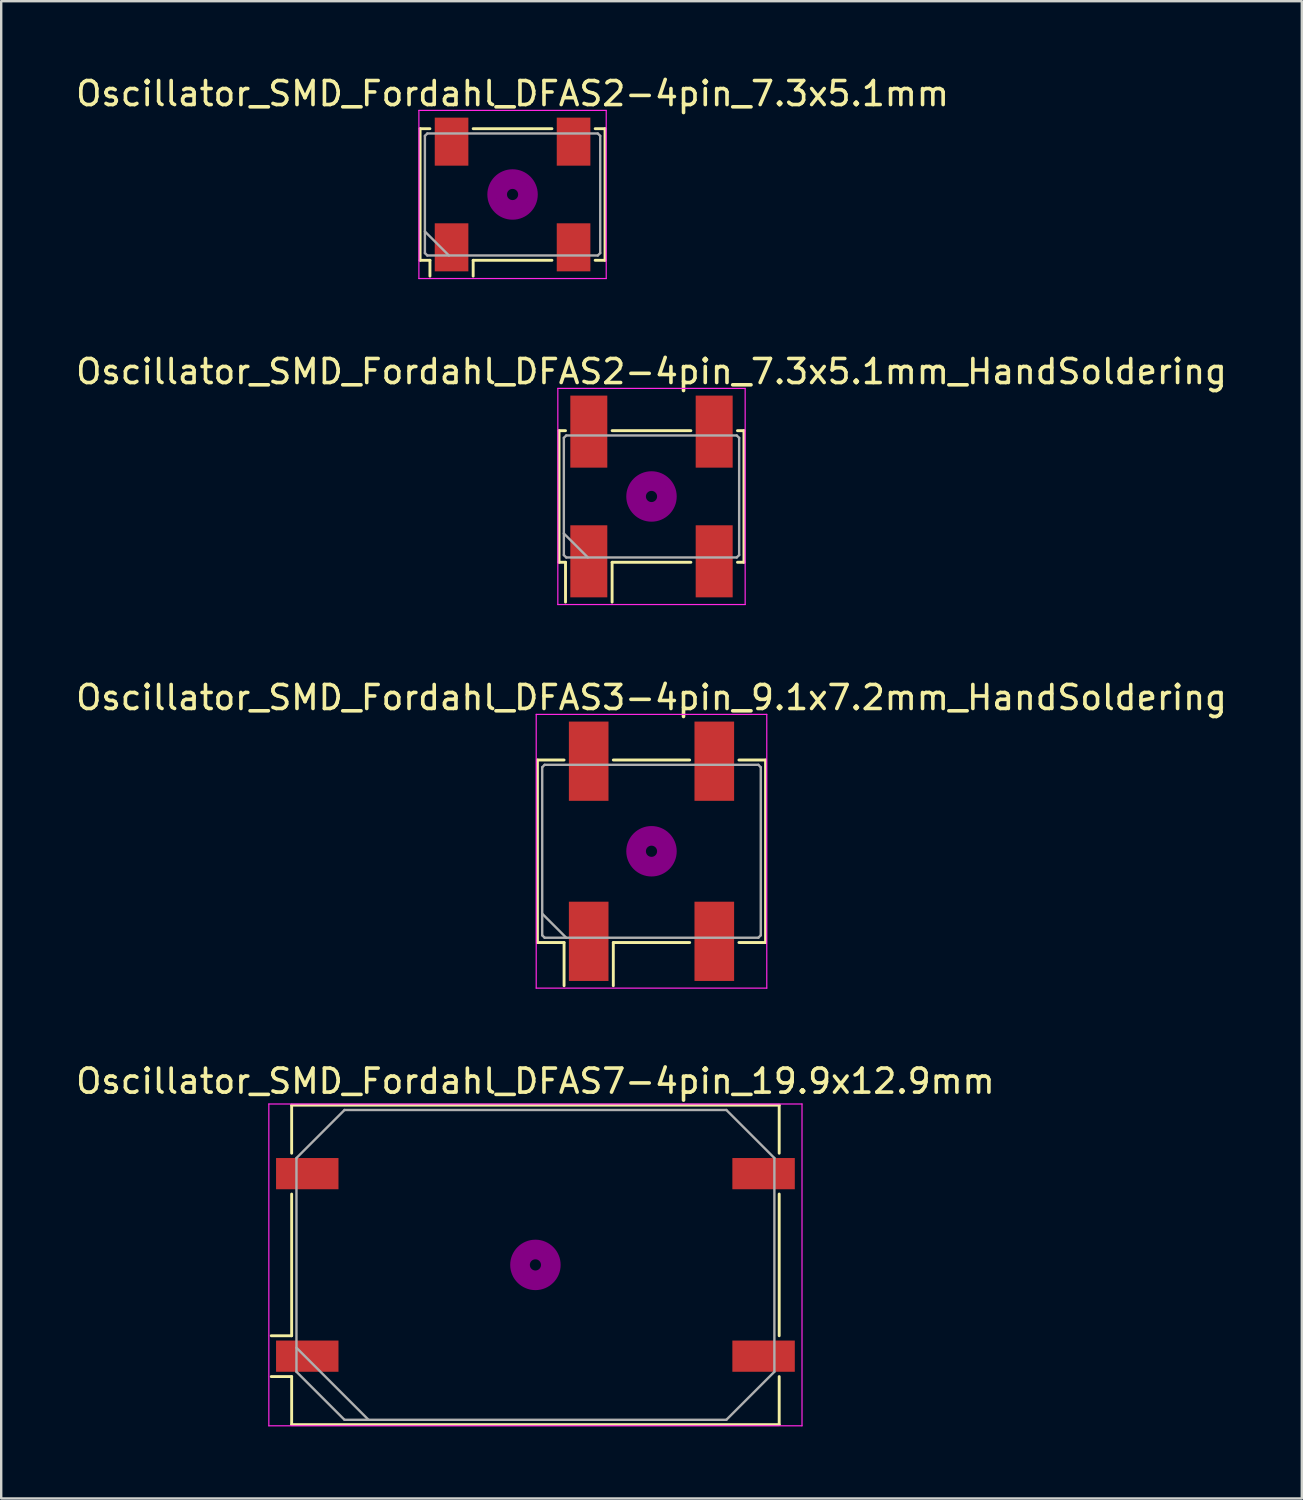
<source format=kicad_pcb>
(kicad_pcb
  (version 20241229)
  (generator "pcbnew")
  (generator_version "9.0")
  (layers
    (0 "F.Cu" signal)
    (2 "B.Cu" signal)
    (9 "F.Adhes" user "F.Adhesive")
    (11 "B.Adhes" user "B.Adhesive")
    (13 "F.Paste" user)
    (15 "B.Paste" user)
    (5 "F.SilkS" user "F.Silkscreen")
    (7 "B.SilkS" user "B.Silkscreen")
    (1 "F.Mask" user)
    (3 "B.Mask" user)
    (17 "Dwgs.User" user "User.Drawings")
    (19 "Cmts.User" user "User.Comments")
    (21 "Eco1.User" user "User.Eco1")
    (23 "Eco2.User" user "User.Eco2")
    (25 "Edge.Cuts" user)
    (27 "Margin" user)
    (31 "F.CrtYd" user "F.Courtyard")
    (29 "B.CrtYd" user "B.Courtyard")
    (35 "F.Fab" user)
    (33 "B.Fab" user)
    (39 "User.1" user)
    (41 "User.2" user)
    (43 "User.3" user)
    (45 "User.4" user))
  (footprint "Oscillator_SMD_Fordahl_DFAS2-4pin_7.3x5.1mm_HandSoldering"
    (layer "F.Cu")
    (at 24.077 17.622)
    (property "Reference" "Oscillator_SMD_Fordahl_DFAS2-4pin_7.3x5.1mm_HandSoldering" (at 0 -5.2 0) (layer "F.SilkS") (effects (font (size 1 1) (thickness 0.15))))
    (attr smd)
    (fp_line (start -3.85 -2.74) (end -3.58 -2.74) (stroke (width 0.12) (type solid)) (layer "F.SilkS"))
    (fp_line (start -3.85 2.74) (end -3.85 -2.74) (stroke (width 0.12) (type solid)) (layer "F.SilkS"))
    (fp_line (start -3.58 2.74) (end -3.85 2.74) (stroke (width 0.12) (type solid)) (layer "F.SilkS"))
    (fp_line (start -3.58 4.4) (end -3.58 2.74) (stroke (width 0.12) (type solid)) (layer "F.SilkS"))
    (fp_line (start -1.64 -2.74) (end 1.64 -2.74) (stroke (width 0.12) (type solid)) (layer "F.SilkS"))
    (fp_line (start -1.64 2.74) (end -1.64 4.4) (stroke (width 0.12) (type solid)) (layer "F.SilkS"))
    (fp_line (start 1.64 2.74) (end -1.64 2.74) (stroke (width 0.12) (type solid)) (layer "F.SilkS"))
    (fp_line (start 3.58 -2.74) (end 3.85 -2.74) (stroke (width 0.12) (type solid)) (layer "F.SilkS"))
    (fp_line (start 3.85 -2.74) (end 3.85 2.74) (stroke (width 0.12) (type solid)) (layer "F.SilkS"))
    (fp_line (start 3.85 2.74) (end 3.58 2.74) (stroke (width 0.12) (type solid)) (layer "F.SilkS"))
    (fp_circle (center 0 0) (end 0.233 0) (stroke (width 0.467) (type solid)) (fill no) (layer "F.Adhes"))
    (fp_circle (center 0 0) (end 0.533 0) (stroke (width 0.333) (type solid)) (fill no) (layer "F.Adhes"))
    (fp_circle (center 0 0) (end 0.833 0) (stroke (width 0.333) (type solid)) (fill no) (layer "F.Adhes"))
    (fp_circle (center 0 0) (end 1 0) (stroke (width 0.1) (type solid)) (fill no) (layer "F.Adhes"))
    (fp_line (start -3.9 -4.5) (end -3.9 4.5) (stroke (width 0.05) (type solid)) (layer "F.CrtYd"))
    (fp_line (start -3.9 4.5) (end 3.9 4.5) (stroke (width 0.05) (type solid)) (layer "F.CrtYd"))
    (fp_line (start 3.9 -4.5) (end -3.9 -4.5) (stroke (width 0.05) (type solid)) (layer "F.CrtYd"))
    (fp_line (start 3.9 4.5) (end 3.9 -4.5) (stroke (width 0.05) (type solid)) (layer "F.CrtYd"))
    (fp_line (start -3.65 -2.44) (end -3.55 -2.54) (stroke (width 0.1) (type solid)) (layer "F.Fab"))
    (fp_line (start -3.65 1.54) (end -2.65 2.54) (stroke (width 0.1) (type solid)) (layer "F.Fab"))
    (fp_line (start -3.65 2.44) (end -3.65 -2.44) (stroke (width 0.1) (type solid)) (layer "F.Fab"))
    (fp_line (start -3.55 -2.54) (end 3.55 -2.54) (stroke (width 0.1) (type solid)) (layer "F.Fab"))
    (fp_line (start -3.55 2.54) (end -3.65 2.44) (stroke (width 0.1) (type solid)) (layer "F.Fab"))
    (fp_line (start 3.55 -2.54) (end 3.65 -2.44) (stroke (width 0.1) (type solid)) (layer "F.Fab"))
    (fp_line (start 3.55 2.54) (end -3.55 2.54) (stroke (width 0.1) (type solid)) (layer "F.Fab"))
    (fp_line (start 3.65 -2.44) (end 3.65 2.44) (stroke (width 0.1) (type solid)) (layer "F.Fab"))
    (fp_line (start 3.65 2.44) (end 3.55 2.54) (stroke (width 0.1) (type solid)) (layer "F.Fab"))
    (pad "1" smd rect (at -2.61 2.7) (size 1.54 3) (layers "F.Cu" "F.Mask"))
    (pad "2" smd rect (at 2.61 2.7) (size 1.54 3) (layers "F.Cu" "F.Mask"))
    (pad "3" smd rect (at 2.61 -2.7) (size 1.54 3) (layers "F.Cu" "F.Mask"))
    (pad "4" smd rect (at -2.61 -2.7) (size 1.54 3) (layers "F.Cu" "F.Mask")))
  (footprint "Oscillator_SMD_Fordahl_DFAS3-4pin_9.1x7.2mm_HandSoldering"
    (layer "F.Cu")
    (at 24.077 32.395)
    (property "Reference" "Oscillator_SMD_Fordahl_DFAS3-4pin_9.1x7.2mm_HandSoldering" (at 0 -6.4 0) (layer "F.SilkS") (effects (font (size 1 1) (thickness 0.15))))
    (attr smd)
    (fp_line (start -4.75 -3.8) (end -3.64 -3.8) (stroke (width 0.12) (type solid)) (layer "F.SilkS"))
    (fp_line (start -4.75 3.8) (end -4.75 -3.8) (stroke (width 0.12) (type solid)) (layer "F.SilkS"))
    (fp_line (start -3.64 3.8) (end -4.75 3.8) (stroke (width 0.12) (type solid)) (layer "F.SilkS"))
    (fp_line (start -3.64 5.6) (end -3.64 3.8) (stroke (width 0.12) (type solid)) (layer "F.SilkS"))
    (fp_line (start -1.59 -3.8) (end 1.59 -3.8) (stroke (width 0.12) (type solid)) (layer "F.SilkS"))
    (fp_line (start -1.59 3.8) (end -1.59 5.6) (stroke (width 0.12) (type solid)) (layer "F.SilkS"))
    (fp_line (start 1.59 3.8) (end -1.59 3.8) (stroke (width 0.12) (type solid)) (layer "F.SilkS"))
    (fp_line (start 3.64 -3.8) (end 4.75 -3.8) (stroke (width 0.12) (type solid)) (layer "F.SilkS"))
    (fp_line (start 4.75 -3.8) (end 4.75 3.8) (stroke (width 0.12) (type solid)) (layer "F.SilkS"))
    (fp_line (start 4.75 3.8) (end 3.64 3.8) (stroke (width 0.12) (type solid)) (layer "F.SilkS"))
    (fp_circle (center 0 0) (end 0.233 0) (stroke (width 0.467) (type solid)) (fill no) (layer "F.Adhes"))
    (fp_circle (center 0 0) (end 0.533 0) (stroke (width 0.333) (type solid)) (fill no) (layer "F.Adhes"))
    (fp_circle (center 0 0) (end 0.833 0) (stroke (width 0.333) (type solid)) (fill no) (layer "F.Adhes"))
    (fp_circle (center 0 0) (end 1 0) (stroke (width 0.1) (type solid)) (fill no) (layer "F.Adhes"))
    (fp_line (start -4.8 -5.7) (end -4.8 5.7) (stroke (width 0.05) (type solid)) (layer "F.CrtYd"))
    (fp_line (start -4.8 5.7) (end 4.8 5.7) (stroke (width 0.05) (type solid)) (layer "F.CrtYd"))
    (fp_line (start 4.8 -5.7) (end -4.8 -5.7) (stroke (width 0.05) (type solid)) (layer "F.CrtYd"))
    (fp_line (start 4.8 5.7) (end 4.8 -5.7) (stroke (width 0.05) (type solid)) (layer "F.CrtYd"))
    (fp_line (start -4.55 -3.5) (end -4.45 -3.6) (stroke (width 0.1) (type solid)) (layer "F.Fab"))
    (fp_line (start -4.55 2.6) (end -3.55 3.6) (stroke (width 0.1) (type solid)) (layer "F.Fab"))
    (fp_line (start -4.55 3.5) (end -4.55 -3.5) (stroke (width 0.1) (type solid)) (layer "F.Fab"))
    (fp_line (start -4.45 -3.6) (end 4.45 -3.6) (stroke (width 0.1) (type solid)) (layer "F.Fab"))
    (fp_line (start -4.45 3.6) (end -4.55 3.5) (stroke (width 0.1) (type solid)) (layer "F.Fab"))
    (fp_line (start 4.45 -3.6) (end 4.55 -3.5) (stroke (width 0.1) (type solid)) (layer "F.Fab"))
    (fp_line (start 4.45 3.6) (end -4.45 3.6) (stroke (width 0.1) (type solid)) (layer "F.Fab"))
    (fp_line (start 4.55 -3.5) (end 4.55 3.5) (stroke (width 0.1) (type solid)) (layer "F.Fab"))
    (fp_line (start 4.55 3.5) (end 4.45 3.6) (stroke (width 0.1) (type solid)) (layer "F.Fab"))
    (pad "1" smd rect (at -2.615 3.75) (size 1.65 3.3) (layers "F.Cu" "F.Mask"))
    (pad "2" smd rect (at 2.615 3.75) (size 1.65 3.3) (layers "F.Cu" "F.Mask"))
    (pad "3" smd rect (at 2.615 -3.75) (size 1.65 3.3) (layers "F.Cu" "F.Mask"))
    (pad "4" smd rect (at -2.615 -3.75) (size 1.65 3.3) (layers "F.Cu" "F.Mask")))
  (footprint "Oscillator_SMD_Fordahl_DFAS2-4pin_7.3x5.1mm"
    (layer "F.Cu")
    (at 18.292 5.048)
    (property "Reference" "Oscillator_SMD_Fordahl_DFAS2-4pin_7.3x5.1mm" (at 0 -4.2 0) (layer "F.SilkS") (effects (font (size 1 1) (thickness 0.15))))
    (attr smd)
    (fp_line (start -3.85 -2.74) (end -3.44 -2.74) (stroke (width 0.12) (type solid)) (layer "F.SilkS"))
    (fp_line (start -3.85 2.74) (end -3.85 -2.74) (stroke (width 0.12) (type solid)) (layer "F.SilkS"))
    (fp_line (start -3.44 2.74) (end -3.85 2.74) (stroke (width 0.12) (type solid)) (layer "F.SilkS"))
    (fp_line (start -3.44 3.4) (end -3.44 2.74) (stroke (width 0.12) (type solid)) (layer "F.SilkS"))
    (fp_line (start -1.64 -2.74) (end 1.64 -2.74) (stroke (width 0.12) (type solid)) (layer "F.SilkS"))
    (fp_line (start -1.64 2.74) (end -1.64 3.4) (stroke (width 0.12) (type solid)) (layer "F.SilkS"))
    (fp_line (start 1.64 2.74) (end -1.64 2.74) (stroke (width 0.12) (type solid)) (layer "F.SilkS"))
    (fp_line (start 3.44 -2.74) (end 3.85 -2.74) (stroke (width 0.12) (type solid)) (layer "F.SilkS"))
    (fp_line (start 3.85 -2.74) (end 3.85 2.74) (stroke (width 0.12) (type solid)) (layer "F.SilkS"))
    (fp_line (start 3.85 2.74) (end 3.44 2.74) (stroke (width 0.12) (type solid)) (layer "F.SilkS"))
    (fp_circle (center 0 0) (end 0.233 0) (stroke (width 0.467) (type solid)) (fill no) (layer "F.Adhes"))
    (fp_circle (center 0 0) (end 0.533 0) (stroke (width 0.333) (type solid)) (fill no) (layer "F.Adhes"))
    (fp_circle (center 0 0) (end 0.833 0) (stroke (width 0.333) (type solid)) (fill no) (layer "F.Adhes"))
    (fp_circle (center 0 0) (end 1 0) (stroke (width 0.1) (type solid)) (fill no) (layer "F.Adhes"))
    (fp_line (start -3.9 -3.5) (end -3.9 3.5) (stroke (width 0.05) (type solid)) (layer "F.CrtYd"))
    (fp_line (start -3.9 3.5) (end 3.9 3.5) (stroke (width 0.05) (type solid)) (layer "F.CrtYd"))
    (fp_line (start 3.9 -3.5) (end -3.9 -3.5) (stroke (width 0.05) (type solid)) (layer "F.CrtYd"))
    (fp_line (start 3.9 3.5) (end 3.9 -3.5) (stroke (width 0.05) (type solid)) (layer "F.CrtYd"))
    (fp_line (start -3.65 -2.44) (end -3.55 -2.54) (stroke (width 0.1) (type solid)) (layer "F.Fab"))
    (fp_line (start -3.65 1.54) (end -2.65 2.54) (stroke (width 0.1) (type solid)) (layer "F.Fab"))
    (fp_line (start -3.65 2.44) (end -3.65 -2.44) (stroke (width 0.1) (type solid)) (layer "F.Fab"))
    (fp_line (start -3.55 -2.54) (end 3.55 -2.54) (stroke (width 0.1) (type solid)) (layer "F.Fab"))
    (fp_line (start -3.55 2.54) (end -3.65 2.44) (stroke (width 0.1) (type solid)) (layer "F.Fab"))
    (fp_line (start 3.55 -2.54) (end 3.65 -2.44) (stroke (width 0.1) (type solid)) (layer "F.Fab"))
    (fp_line (start 3.55 2.54) (end -3.55 2.54) (stroke (width 0.1) (type solid)) (layer "F.Fab"))
    (fp_line (start 3.65 -2.44) (end 3.65 2.44) (stroke (width 0.1) (type solid)) (layer "F.Fab"))
    (fp_line (start 3.65 2.44) (end 3.55 2.54) (stroke (width 0.1) (type solid)) (layer "F.Fab"))
    (pad "1" smd rect (at -2.54 2.2) (size 1.4 2) (layers "F.Cu" "F.Mask"))
    (pad "2" smd rect (at 2.54 2.2) (size 1.4 2) (layers "F.Cu" "F.Mask"))
    (pad "3" smd rect (at 2.54 -2.2) (size 1.4 2) (layers "F.Cu" "F.Mask"))
    (pad "4" smd rect (at -2.54 -2.2) (size 1.4 2) (layers "F.Cu" "F.Mask")))
  (footprint "Oscillator_SMD_Fordahl_DFAS7-4pin_19.9x12.9mm"
    (layer "F.Cu")
    (at 19.244 49.618)
    (property "Reference" "Oscillator_SMD_Fordahl_DFAS7-4pin_19.9x12.9mm" (at 0 -7.65 0) (layer "F.SilkS") (effects (font (size 1 1) (thickness 0.15))))
    (attr smd)
    (fp_line (start -11 2.95) (end -10.15 2.95) (stroke (width 0.12) (type solid)) (layer "F.SilkS"))
    (fp_line (start -11 4.65) (end -10.15 4.65) (stroke (width 0.12) (type solid)) (layer "F.SilkS"))
    (fp_line (start -10.15 -6.65) (end 10.15 -6.65) (stroke (width 0.12) (type solid)) (layer "F.SilkS"))
    (fp_line (start -10.15 -4.65) (end -10.15 -6.65) (stroke (width 0.12) (type solid)) (layer "F.SilkS"))
    (fp_line (start -10.15 2.95) (end -10.15 -2.95) (stroke (width 0.12) (type solid)) (layer "F.SilkS"))
    (fp_line (start -10.15 4.65) (end -10.15 6.65) (stroke (width 0.12) (type solid)) (layer "F.SilkS"))
    (fp_line (start -10.15 6.65) (end 10.15 6.65) (stroke (width 0.12) (type solid)) (layer "F.SilkS"))
    (fp_line (start 10.15 -6.65) (end 10.15 -4.65) (stroke (width 0.12) (type solid)) (layer "F.SilkS"))
    (fp_line (start 10.15 -2.95) (end 10.15 2.95) (stroke (width 0.12) (type solid)) (layer "F.SilkS"))
    (fp_line (start 10.15 6.65) (end 10.15 4.65) (stroke (width 0.12) (type solid)) (layer "F.SilkS"))
    (fp_circle (center 0 0) (end 0.233 0) (stroke (width 0.467) (type solid)) (fill no) (layer "F.Adhes"))
    (fp_circle (center 0 0) (end 0.533 0) (stroke (width 0.333) (type solid)) (fill no) (layer "F.Adhes"))
    (fp_circle (center 0 0) (end 0.833 0) (stroke (width 0.333) (type solid)) (fill no) (layer "F.Adhes"))
    (fp_circle (center 0 0) (end 1 0) (stroke (width 0.1) (type solid)) (fill no) (layer "F.Adhes"))
    (fp_line (start -11.1 -6.7) (end -11.1 6.7) (stroke (width 0.05) (type solid)) (layer "F.CrtYd"))
    (fp_line (start -11.1 6.7) (end 11.1 6.7) (stroke (width 0.05) (type solid)) (layer "F.CrtYd"))
    (fp_line (start 11.1 -6.7) (end -11.1 -6.7) (stroke (width 0.05) (type solid)) (layer "F.CrtYd"))
    (fp_line (start 11.1 6.7) (end 11.1 -6.7) (stroke (width 0.05) (type solid)) (layer "F.CrtYd"))
    (fp_line (start -9.95 -4.45) (end -7.95 -6.45) (stroke (width 0.1) (type solid)) (layer "F.Fab"))
    (fp_line (start -9.95 3.45) (end -6.95 6.45) (stroke (width 0.1) (type solid)) (layer "F.Fab"))
    (fp_line (start -9.95 4.45) (end -9.95 -4.45) (stroke (width 0.1) (type solid)) (layer "F.Fab"))
    (fp_line (start -7.95 -6.45) (end 7.95 -6.45) (stroke (width 0.1) (type solid)) (layer "F.Fab"))
    (fp_line (start -7.95 6.45) (end -9.95 4.45) (stroke (width 0.1) (type solid)) (layer "F.Fab"))
    (fp_line (start 7.95 -6.45) (end 9.95 -4.45) (stroke (width 0.1) (type solid)) (layer "F.Fab"))
    (fp_line (start 7.95 6.45) (end -7.95 6.45) (stroke (width 0.1) (type solid)) (layer "F.Fab"))
    (fp_line (start 9.95 -4.45) (end 9.95 4.45) (stroke (width 0.1) (type solid)) (layer "F.Fab"))
    (fp_line (start 9.95 4.45) (end 7.95 6.45) (stroke (width 0.1) (type solid)) (layer "F.Fab"))
    (pad "1" smd rect (at -9.5 3.8) (size 2.6 1.3) (layers "F.Cu" "F.Mask"))
    (pad "2" smd rect (at 9.5 3.8) (size 2.6 1.3) (layers "F.Cu" "F.Mask"))
    (pad "3" smd rect (at 9.5 -3.8) (size 2.6 1.3) (layers "F.Cu" "F.Mask"))
    (pad "4" smd rect (at -9.5 -3.8) (size 2.6 1.3) (layers "F.Cu" "F.Mask")))
  (gr_rect
    (start -3 -3)
    (end 51.155 59.343)
    (stroke (width 0.1) (type default))
    (fill no)
    (layer "Edge.Cuts")))
</source>
